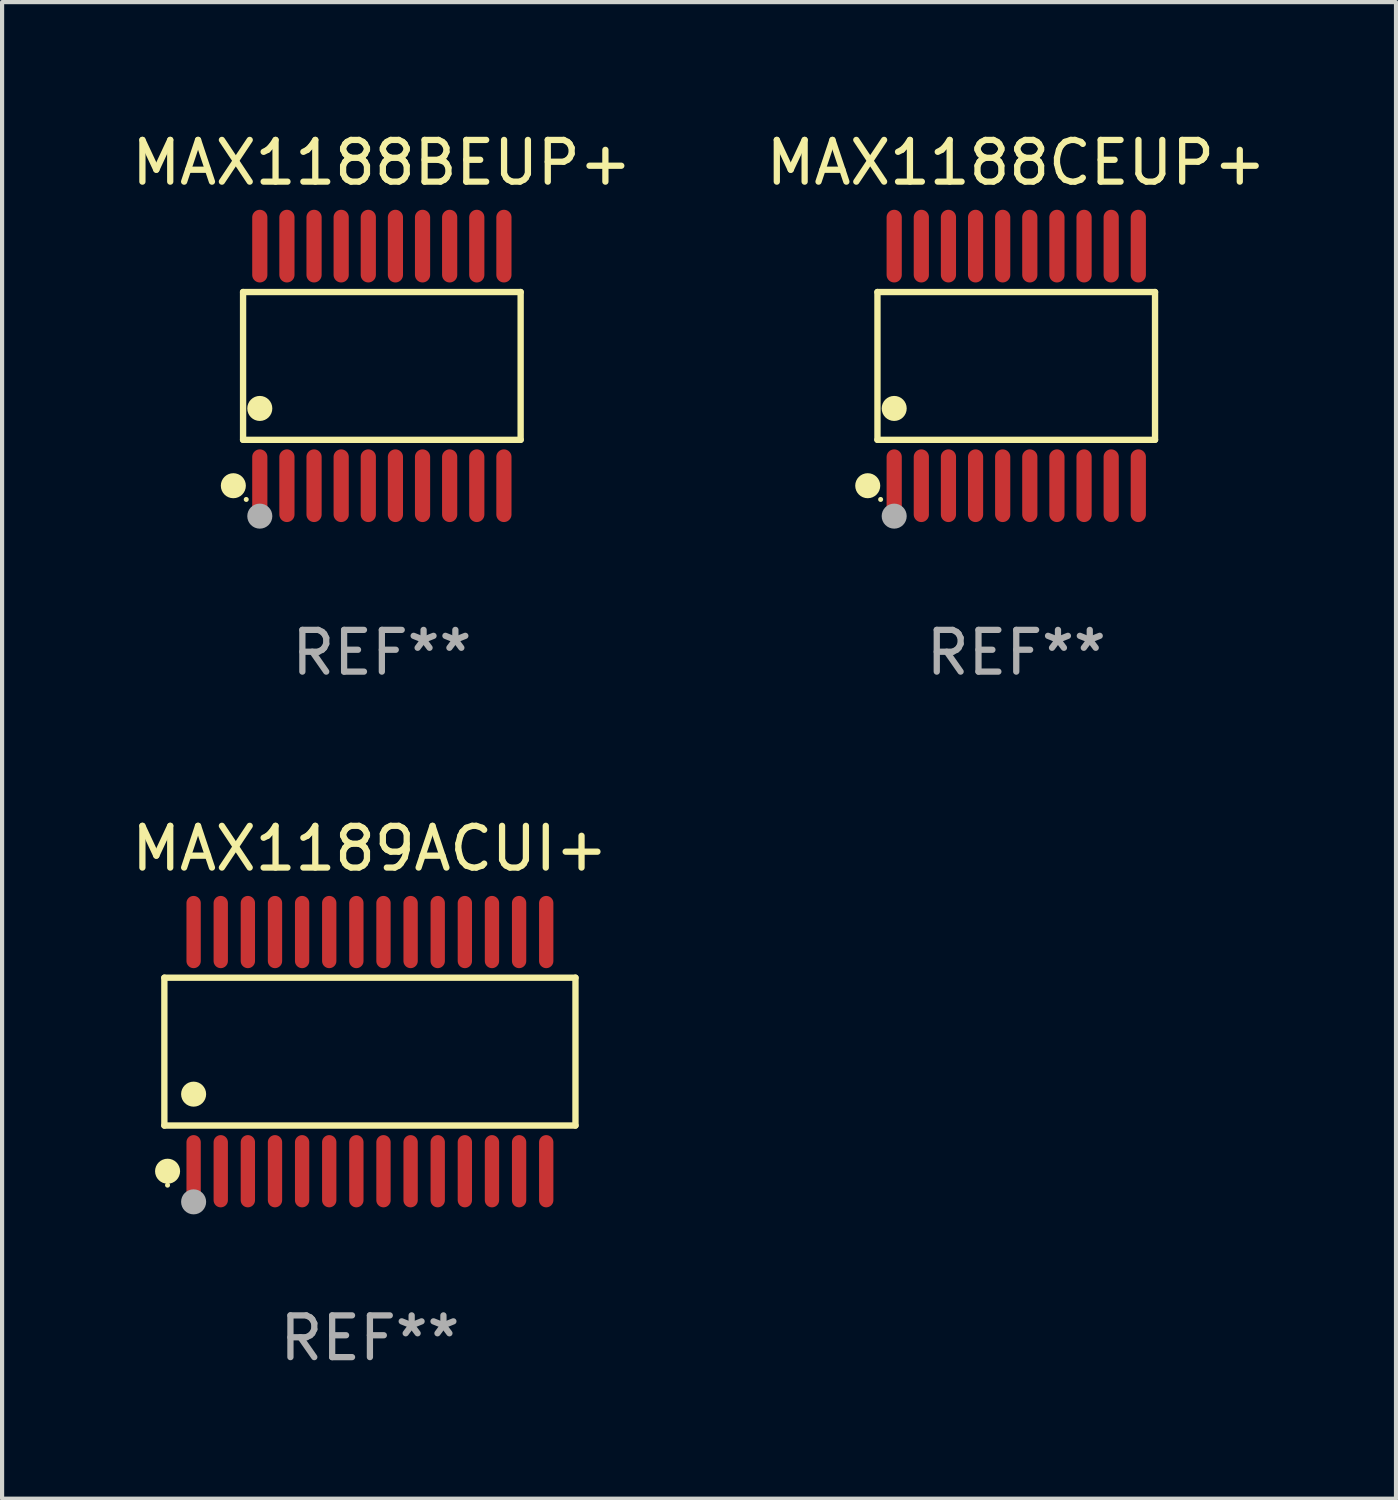
<source format=kicad_pcb>
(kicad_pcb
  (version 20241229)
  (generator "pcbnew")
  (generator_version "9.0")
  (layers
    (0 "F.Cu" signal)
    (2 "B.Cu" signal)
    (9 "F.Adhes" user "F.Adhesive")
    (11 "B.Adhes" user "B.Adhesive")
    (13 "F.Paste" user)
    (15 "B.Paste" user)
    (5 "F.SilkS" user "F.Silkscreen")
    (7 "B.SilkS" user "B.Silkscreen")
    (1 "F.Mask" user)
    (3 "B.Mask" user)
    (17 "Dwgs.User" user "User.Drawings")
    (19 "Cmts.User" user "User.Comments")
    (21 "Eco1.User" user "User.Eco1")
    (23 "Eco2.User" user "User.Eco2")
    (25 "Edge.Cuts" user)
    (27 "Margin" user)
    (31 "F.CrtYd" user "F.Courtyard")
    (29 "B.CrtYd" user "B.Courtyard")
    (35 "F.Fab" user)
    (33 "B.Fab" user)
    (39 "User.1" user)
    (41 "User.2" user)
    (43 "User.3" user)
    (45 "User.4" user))
  (footprint "MAX1188CEUP+"
    (layer "F.Cu")
    (at 21.304 5.719)
    (property "Reference" "MAX1188CEUP+" (at 0 -4.871 0) (layer "F.SilkS") (effects (font (size 1 1) (thickness 0.15))))
    (attr through_hole)
    (fp_line (start -3.326 -1.771) (end 3.326 -1.771) (stroke (width 0.152) (type solid)) (layer "F.SilkS"))
    (fp_line (start -3.326 1.771) (end -3.326 -1.771) (stroke (width 0.152) (type solid)) (layer "F.SilkS"))
    (fp_line (start 3.326 -1.771) (end 3.326 1.771) (stroke (width 0.152) (type solid)) (layer "F.SilkS"))
    (fp_line (start 3.326 1.771) (end -3.326 1.771) (stroke (width 0.152) (type solid)) (layer "F.SilkS"))
    (fp_circle (center -3.559 2.871) (end -3.409 2.871) (stroke (width 0.3) (type solid)) (fill no) (layer "F.SilkS"))
    (fp_circle (center -3.25 3.2) (end -3.22 3.2) (stroke (width 0.06) (type solid)) (fill no) (layer "F.SilkS"))
    (fp_circle (center -2.925 1.019) (end -2.775 1.019) (stroke (width 0.3) (type solid)) (fill no) (layer "F.SilkS"))
    (fp_circle (center -2.925 3.6) (end -2.775 3.6) (stroke (width 0.3) (type solid)) (fill no) (layer "F.Fab"))
    (fp_text user "REF**" (at 0 6.871 0) (layer "F.Fab") (effects (font (size 1 1) (thickness 0.15))))
    (pad "1" smd oval (at -2.925 2.871) (size 0.364 1.742) (layers "F.Cu" "F.Mask" "F.Paste"))
    (pad "2" smd oval (at -2.275 2.871) (size 0.364 1.742) (layers "F.Cu" "F.Mask" "F.Paste"))
    (pad "3" smd oval (at -1.625 2.871) (size 0.364 1.742) (layers "F.Cu" "F.Mask" "F.Paste"))
    (pad "4" smd oval (at -0.975 2.871) (size 0.364 1.742) (layers "F.Cu" "F.Mask" "F.Paste"))
    (pad "5" smd oval (at -0.325 2.871) (size 0.364 1.742) (layers "F.Cu" "F.Mask" "F.Paste"))
    (pad "6" smd oval (at 0.325 2.871) (size 0.364 1.742) (layers "F.Cu" "F.Mask" "F.Paste"))
    (pad "7" smd oval (at 0.975 2.871) (size 0.364 1.742) (layers "F.Cu" "F.Mask" "F.Paste"))
    (pad "8" smd oval (at 1.625 2.871) (size 0.364 1.742) (layers "F.Cu" "F.Mask" "F.Paste"))
    (pad "9" smd oval (at 2.275 2.871) (size 0.364 1.742) (layers "F.Cu" "F.Mask" "F.Paste"))
    (pad "10" smd oval (at 2.925 2.871) (size 0.364 1.742) (layers "F.Cu" "F.Mask" "F.Paste"))
    (pad "11" smd oval (at 2.925 -2.871) (size 0.364 1.742) (layers "F.Cu" "F.Mask" "F.Paste"))
    (pad "12" smd oval (at 2.275 -2.871) (size 0.364 1.742) (layers "F.Cu" "F.Mask" "F.Paste"))
    (pad "13" smd oval (at 1.625 -2.871) (size 0.364 1.742) (layers "F.Cu" "F.Mask" "F.Paste"))
    (pad "14" smd oval (at 0.975 -2.871) (size 0.364 1.742) (layers "F.Cu" "F.Mask" "F.Paste"))
    (pad "15" smd oval (at 0.325 -2.871) (size 0.364 1.742) (layers "F.Cu" "F.Mask" "F.Paste"))
    (pad "16" smd oval (at -0.325 -2.871) (size 0.364 1.742) (layers "F.Cu" "F.Mask" "F.Paste"))
    (pad "17" smd oval (at -0.975 -2.871) (size 0.364 1.742) (layers "F.Cu" "F.Mask" "F.Paste"))
    (pad "18" smd oval (at -1.625 -2.871) (size 0.364 1.742) (layers "F.Cu" "F.Mask" "F.Paste"))
    (pad "19" smd oval (at -2.275 -2.871) (size 0.364 1.742) (layers "F.Cu" "F.Mask" "F.Paste"))
    (pad "20" smd oval (at -2.925 -2.871) (size 0.364 1.742) (layers "F.Cu" "F.Mask" "F.Paste")))
  (footprint "MAX1189ACUI+"
    (layer "F.Cu")
    (at 5.815 22.152)
    (property "Reference" "MAX1189ACUI+" (at 0 -4.866 0) (layer "F.SilkS") (effects (font (size 1 1) (thickness 0.15))))
    (attr through_hole)
    (fp_line (start -4.926 -1.772) (end 4.926 -1.772) (stroke (width 0.152) (type solid)) (layer "F.SilkS"))
    (fp_line (start -4.926 1.771) (end -4.926 -1.772) (stroke (width 0.152) (type solid)) (layer "F.SilkS"))
    (fp_line (start 4.926 -1.772) (end 4.926 1.771) (stroke (width 0.152) (type solid)) (layer "F.SilkS"))
    (fp_line (start 4.926 1.771) (end -4.926 1.771) (stroke (width 0.152) (type solid)) (layer "F.SilkS"))
    (fp_circle (center -4.85 3.2) (end -4.82 3.2) (stroke (width 0.06) (type solid)) (fill no) (layer "F.SilkS"))
    (fp_circle (center -4.849 2.866) (end -4.699 2.866) (stroke (width 0.3) (type solid)) (fill no) (layer "F.SilkS"))
    (fp_circle (center -4.225 1.019) (end -4.075 1.019) (stroke (width 0.3) (type solid)) (fill no) (layer "F.SilkS"))
    (fp_circle (center -4.225 3.6) (end -4.075 3.6) (stroke (width 0.3) (type solid)) (fill no) (layer "F.Fab"))
    (fp_text user "REF**" (at 0 6.866 0) (layer "F.Fab") (effects (font (size 1 1) (thickness 0.15))))
    (pad "1" smd oval (at -4.225 2.866) (size 0.343 1.731) (layers "F.Cu" "F.Mask" "F.Paste"))
    (pad "2" smd oval (at -3.575 2.866) (size 0.343 1.731) (layers "F.Cu" "F.Mask" "F.Paste"))
    (pad "3" smd oval (at -2.925 2.866) (size 0.343 1.731) (layers "F.Cu" "F.Mask" "F.Paste"))
    (pad "4" smd oval (at -2.275 2.866) (size 0.343 1.731) (layers "F.Cu" "F.Mask" "F.Paste"))
    (pad "5" smd oval (at -1.625 2.866) (size 0.343 1.731) (layers "F.Cu" "F.Mask" "F.Paste"))
    (pad "6" smd oval (at -0.975 2.866) (size 0.343 1.731) (layers "F.Cu" "F.Mask" "F.Paste"))
    (pad "7" smd oval (at -0.325 2.866) (size 0.343 1.731) (layers "F.Cu" "F.Mask" "F.Paste"))
    (pad "8" smd oval (at 0.325 2.866) (size 0.343 1.731) (layers "F.Cu" "F.Mask" "F.Paste"))
    (pad "9" smd oval (at 0.975 2.866) (size 0.343 1.731) (layers "F.Cu" "F.Mask" "F.Paste"))
    (pad "10" smd oval (at 1.625 2.866) (size 0.343 1.731) (layers "F.Cu" "F.Mask" "F.Paste"))
    (pad "11" smd oval (at 2.275 2.866) (size 0.343 1.731) (layers "F.Cu" "F.Mask" "F.Paste"))
    (pad "12" smd oval (at 2.925 2.866) (size 0.343 1.731) (layers "F.Cu" "F.Mask" "F.Paste"))
    (pad "13" smd oval (at 3.575 2.866) (size 0.343 1.731) (layers "F.Cu" "F.Mask" "F.Paste"))
    (pad "14" smd oval (at 4.225 2.866) (size 0.343 1.731) (layers "F.Cu" "F.Mask" "F.Paste"))
    (pad "15" smd oval (at 4.225 -2.866) (size 0.343 1.731) (layers "F.Cu" "F.Mask" "F.Paste"))
    (pad "16" smd oval (at 3.575 -2.866) (size 0.343 1.731) (layers "F.Cu" "F.Mask" "F.Paste"))
    (pad "17" smd oval (at 2.925 -2.866) (size 0.343 1.731) (layers "F.Cu" "F.Mask" "F.Paste"))
    (pad "18" smd oval (at 2.275 -2.866) (size 0.343 1.731) (layers "F.Cu" "F.Mask" "F.Paste"))
    (pad "19" smd oval (at 1.625 -2.866) (size 0.343 1.731) (layers "F.Cu" "F.Mask" "F.Paste"))
    (pad "20" smd oval (at 0.975 -2.866) (size 0.343 1.731) (layers "F.Cu" "F.Mask" "F.Paste"))
    (pad "21" smd oval (at 0.325 -2.866) (size 0.343 1.731) (layers "F.Cu" "F.Mask" "F.Paste"))
    (pad "22" smd oval (at -0.325 -2.866) (size 0.343 1.731) (layers "F.Cu" "F.Mask" "F.Paste"))
    (pad "23" smd oval (at -0.975 -2.866) (size 0.343 1.731) (layers "F.Cu" "F.Mask" "F.Paste"))
    (pad "24" smd oval (at -1.625 -2.866) (size 0.343 1.731) (layers "F.Cu" "F.Mask" "F.Paste"))
    (pad "25" smd oval (at -2.275 -2.866) (size 0.343 1.731) (layers "F.Cu" "F.Mask" "F.Paste"))
    (pad "26" smd oval (at -2.925 -2.866) (size 0.343 1.731) (layers "F.Cu" "F.Mask" "F.Paste"))
    (pad "27" smd oval (at -3.575 -2.866) (size 0.343 1.731) (layers "F.Cu" "F.Mask" "F.Paste"))
    (pad "28" smd oval (at -4.225 -2.866) (size 0.343 1.731) (layers "F.Cu" "F.Mask" "F.Paste")))
  (footprint "MAX1188BEUP+"
    (layer "F.Cu")
    (at 6.101 5.719)
    (property "Reference" "MAX1188BEUP+" (at 0 -4.871 0) (layer "F.SilkS") (effects (font (size 1 1) (thickness 0.15))))
    (attr through_hole)
    (fp_line (start -3.326 -1.771) (end 3.326 -1.771) (stroke (width 0.152) (type solid)) (layer "F.SilkS"))
    (fp_line (start -3.326 1.771) (end -3.326 -1.771) (stroke (width 0.152) (type solid)) (layer "F.SilkS"))
    (fp_line (start 3.326 -1.771) (end 3.326 1.771) (stroke (width 0.152) (type solid)) (layer "F.SilkS"))
    (fp_line (start 3.326 1.771) (end -3.326 1.771) (stroke (width 0.152) (type solid)) (layer "F.SilkS"))
    (fp_circle (center -3.559 2.871) (end -3.409 2.871) (stroke (width 0.3) (type solid)) (fill no) (layer "F.SilkS"))
    (fp_circle (center -3.25 3.2) (end -3.22 3.2) (stroke (width 0.06) (type solid)) (fill no) (layer "F.SilkS"))
    (fp_circle (center -2.925 1.019) (end -2.775 1.019) (stroke (width 0.3) (type solid)) (fill no) (layer "F.SilkS"))
    (fp_circle (center -2.925 3.6) (end -2.775 3.6) (stroke (width 0.3) (type solid)) (fill no) (layer "F.Fab"))
    (fp_text user "REF**" (at 0 6.871 0) (layer "F.Fab") (effects (font (size 1 1) (thickness 0.15))))
    (pad "1" smd oval (at -2.925 2.871) (size 0.364 1.742) (layers "F.Cu" "F.Mask" "F.Paste"))
    (pad "2" smd oval (at -2.275 2.871) (size 0.364 1.742) (layers "F.Cu" "F.Mask" "F.Paste"))
    (pad "3" smd oval (at -1.625 2.871) (size 0.364 1.742) (layers "F.Cu" "F.Mask" "F.Paste"))
    (pad "4" smd oval (at -0.975 2.871) (size 0.364 1.742) (layers "F.Cu" "F.Mask" "F.Paste"))
    (pad "5" smd oval (at -0.325 2.871) (size 0.364 1.742) (layers "F.Cu" "F.Mask" "F.Paste"))
    (pad "6" smd oval (at 0.325 2.871) (size 0.364 1.742) (layers "F.Cu" "F.Mask" "F.Paste"))
    (pad "7" smd oval (at 0.975 2.871) (size 0.364 1.742) (layers "F.Cu" "F.Mask" "F.Paste"))
    (pad "8" smd oval (at 1.625 2.871) (size 0.364 1.742) (layers "F.Cu" "F.Mask" "F.Paste"))
    (pad "9" smd oval (at 2.275 2.871) (size 0.364 1.742) (layers "F.Cu" "F.Mask" "F.Paste"))
    (pad "10" smd oval (at 2.925 2.871) (size 0.364 1.742) (layers "F.Cu" "F.Mask" "F.Paste"))
    (pad "11" smd oval (at 2.925 -2.871) (size 0.364 1.742) (layers "F.Cu" "F.Mask" "F.Paste"))
    (pad "12" smd oval (at 2.275 -2.871) (size 0.364 1.742) (layers "F.Cu" "F.Mask" "F.Paste"))
    (pad "13" smd oval (at 1.625 -2.871) (size 0.364 1.742) (layers "F.Cu" "F.Mask" "F.Paste"))
    (pad "14" smd oval (at 0.975 -2.871) (size 0.364 1.742) (layers "F.Cu" "F.Mask" "F.Paste"))
    (pad "15" smd oval (at 0.325 -2.871) (size 0.364 1.742) (layers "F.Cu" "F.Mask" "F.Paste"))
    (pad "16" smd oval (at -0.325 -2.871) (size 0.364 1.742) (layers "F.Cu" "F.Mask" "F.Paste"))
    (pad "17" smd oval (at -0.975 -2.871) (size 0.364 1.742) (layers "F.Cu" "F.Mask" "F.Paste"))
    (pad "18" smd oval (at -1.625 -2.871) (size 0.364 1.742) (layers "F.Cu" "F.Mask" "F.Paste"))
    (pad "19" smd oval (at -2.275 -2.871) (size 0.364 1.742) (layers "F.Cu" "F.Mask" "F.Paste"))
    (pad "20" smd oval (at -2.925 -2.871) (size 0.364 1.742) (layers "F.Cu" "F.Mask" "F.Paste")))
  (gr_rect
    (start -3 -3)
    (end 30.405 32.866)
    (stroke (width 0.1) (type default))
    (fill no)
    (layer "Edge.Cuts")))
</source>
